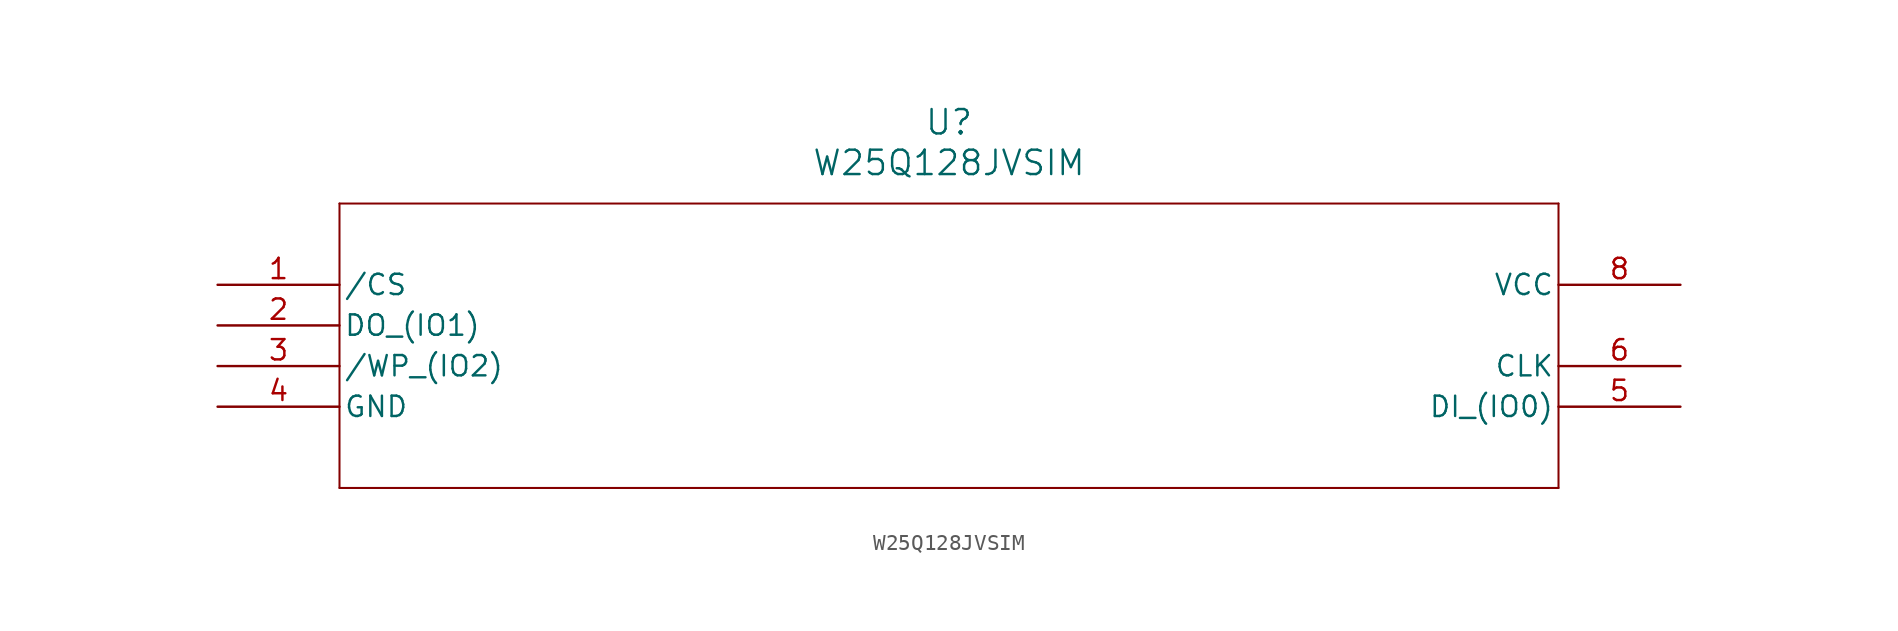
<source format=kicad_sym>
(kicad_symbol_lib
  (version 20211014)
  (generator kicad_symbol_editor)
  (symbol "W25Q128JVSIM"
    (pin_names
      (offset 0.254))
    (property "Reference" "U"
      (at 45.72 10.16 0)
      (effects (font (size 1.524 1.524))))
    (property "Value" "W25Q128JVSIM"
      (at 45.72 7.62 0)
      (effects (font (size 1.524 1.524))))
    (symbol "W25Q128JVSIM_0_1"
      (polyline (pts (xy 7.62 5.08) (xy 7.62 -12.7)) (stroke (width 0.127) (type default) (color 0 0 0 0)) (fill (type none)))
      (polyline (pts (xy 7.62 -12.7) (xy 83.82 -12.7)) (stroke (width 0.127) (type default) (color 0 0 0 0)) (fill (type none)))
      (polyline (pts (xy 83.82 -12.7) (xy 83.82 5.08)) (stroke (width 0.127) (type default) (color 0 0 0 0)) (fill (type none)))
      (polyline (pts (xy 83.82 5.08) (xy 7.62 5.08)) (stroke (width 0.127) (type default) (color 0 0 0 0)) (fill (type none)))
      (pin unspecified line (at 0 0 0) (length 7.62) (name "/CS" (effects (font (size 1.27 1.27)))) (number "1" (effects (font (size 1.27 1.27)))))
      (pin unspecified line (at 0 -2.54 0) (length 7.62) (name "DO (IO1)" (effects (font (size 1.27 1.27)))) (number "2" (effects (font (size 1.27 1.27)))))
      (pin unspecified line (at 0 -5.08 0) (length 7.62) (name "/WP (IO2)" (effects (font (size 1.27 1.27)))) (number "3" (effects (font (size 1.27 1.27)))))
      (pin power_out line (at 0 -7.62 0) (length 7.62) (name "GND" (effects (font (size 1.27 1.27)))) (number "4" (effects (font (size 1.27 1.27)))))
      (pin unspecified line (at 91.44 -7.62 180) (length 7.62) (name "DI (IO0)" (effects (font (size 1.27 1.27)))) (number "5" (effects (font (size 1.27 1.27)))))
      (pin unspecified line (at 91.44 -5.08 180) (length 7.62) (name "CLK" (effects (font (size 1.27 1.27)))) (number "6" (effects (font (size 1.27 1.27)))))
      (pin power_in line (at 91.44 0 180) (length 7.62) (name "VCC" (effects (font (size 1.27 1.27)))) (number "8" (effects (font (size 1.27 1.27))))))))
</source>
